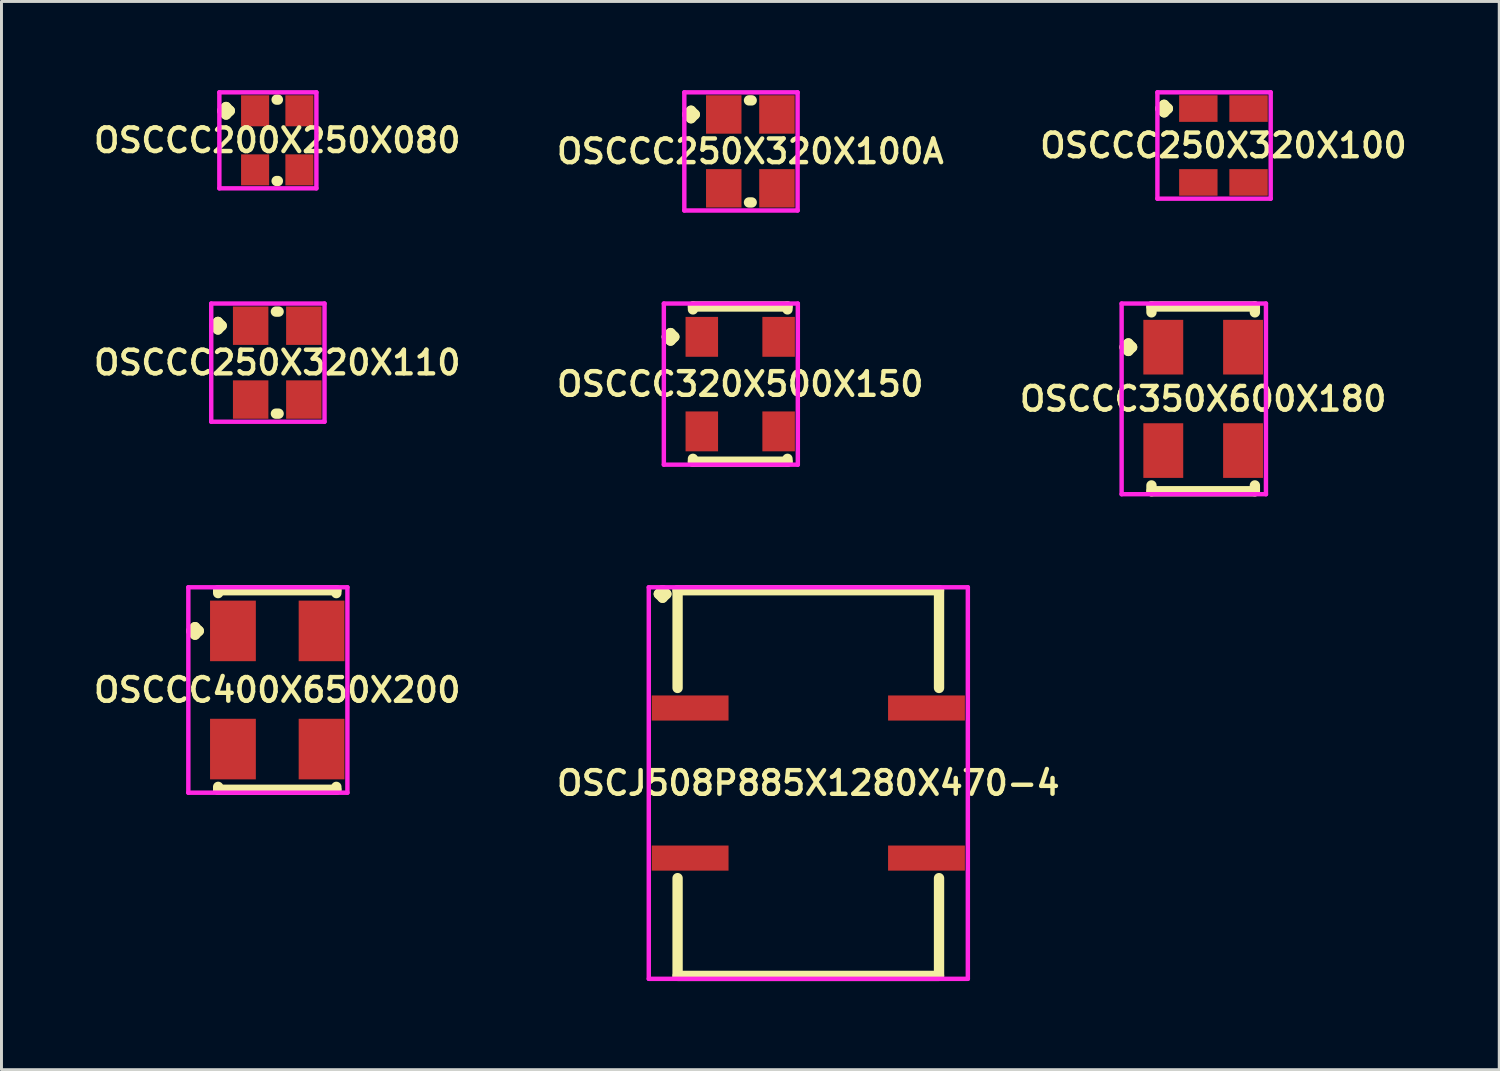
<source format=kicad_pcb>
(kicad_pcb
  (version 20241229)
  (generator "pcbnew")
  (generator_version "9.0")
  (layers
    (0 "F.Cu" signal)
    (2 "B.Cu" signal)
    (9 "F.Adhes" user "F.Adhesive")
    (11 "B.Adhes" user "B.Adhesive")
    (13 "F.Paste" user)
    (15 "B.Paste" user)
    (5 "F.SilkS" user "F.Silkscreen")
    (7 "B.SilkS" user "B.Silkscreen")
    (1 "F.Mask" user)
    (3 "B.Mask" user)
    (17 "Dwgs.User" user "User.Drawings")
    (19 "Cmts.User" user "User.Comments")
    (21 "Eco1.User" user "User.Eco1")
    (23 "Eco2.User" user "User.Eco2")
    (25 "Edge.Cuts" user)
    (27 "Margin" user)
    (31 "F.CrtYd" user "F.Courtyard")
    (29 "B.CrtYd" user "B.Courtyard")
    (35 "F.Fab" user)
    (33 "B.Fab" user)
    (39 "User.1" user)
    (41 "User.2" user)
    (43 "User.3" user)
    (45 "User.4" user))
  (footprint "OSCCC200X250X080"
    (layer "F.Cu")
    (at 6.335 1.7)
    (property "Reference" "OSCCC200X250X080" (at 0 0 0) (layer "F.SilkS") (effects (font (size 0.8 0.8) (thickness 0.15))))
    (attr smd)
    (fp_line (start -1.86 -1) (end -1.733 -1.127) (stroke (width 0.35) (type solid)) (layer "F.SilkS"))
    (fp_line (start -1.733 -1.127) (end -1.606 -1) (stroke (width 0.35) (type solid)) (layer "F.SilkS"))
    (fp_line (start -1.733 -0.873) (end -1.86 -1) (stroke (width 0.35) (type solid)) (layer "F.SilkS"))
    (fp_line (start -1.606 -1) (end -1.733 -0.873) (stroke (width 0.35) (type solid)) (layer "F.SilkS"))
    (fp_line (start -0.021 -1.377) (end 0.021 -1.377) (stroke (width 0.35) (type solid)) (layer "F.SilkS"))
    (fp_line (start -0.021 1.377) (end 0.021 1.377) (stroke (width 0.35) (type solid)) (layer "F.SilkS"))
    (fp_line (start -1.96 -1.625) (end 1.325 -1.625) (stroke (width 0.15) (type solid)) (layer "F.CrtYd"))
    (fp_line (start -1.96 1.625) (end -1.96 -1.625) (stroke (width 0.15) (type solid)) (layer "F.CrtYd"))
    (fp_line (start 1.325 -1.625) (end 1.325 1.625) (stroke (width 0.15) (type solid)) (layer "F.CrtYd"))
    (fp_line (start 1.325 1.625) (end -1.96 1.625) (stroke (width 0.15) (type solid)) (layer "F.CrtYd"))
    (pad "1" smd rect (at -0.75 -1) (size 0.95 1.05) (layers "F.Cu" "F.Mask" "F.Paste"))
    (pad "2" smd rect (at -0.75 1) (size 0.95 1.05) (layers "F.Cu" "F.Mask" "F.Paste"))
    (pad "3" smd rect (at 0.75 1) (size 0.95 1.05) (layers "F.Cu" "F.Mask" "F.Paste"))
    (pad "4" smd rect (at 0.75 -1) (size 0.95 1.05) (layers "F.Cu" "F.Mask" "F.Paste")))
  (footprint "OSCCC400X650X200"
    (layer "F.Cu")
    (at 6.335 20.306)
    (property "Reference" "OSCCC400X650X200" (at 0 0 0) (layer "F.SilkS") (effects (font (size 0.8 0.8) (thickness 0.15))))
    (attr smd)
    (fp_line (start -2.91 -2) (end -2.783 -2.127) (stroke (width 0.35) (type solid)) (layer "F.SilkS"))
    (fp_line (start -2.783 -2.127) (end -2.656 -2) (stroke (width 0.35) (type solid)) (layer "F.SilkS"))
    (fp_line (start -2.783 -1.873) (end -2.91 -2) (stroke (width 0.35) (type solid)) (layer "F.SilkS"))
    (fp_line (start -2.656 -2) (end -2.783 -1.873) (stroke (width 0.35) (type solid)) (layer "F.SilkS"))
    (fp_line (start -2 -3.377) (end 2 -3.377) (stroke (width 0.35) (type solid)) (layer "F.SilkS"))
    (fp_line (start -2 -3.279) (end -2 -3.377) (stroke (width 0.35) (type solid)) (layer "F.SilkS"))
    (fp_line (start -2 3.279) (end -2 3.377) (stroke (width 0.35) (type solid)) (layer "F.SilkS"))
    (fp_line (start -2 3.377) (end 2 3.377) (stroke (width 0.35) (type solid)) (layer "F.SilkS"))
    (fp_line (start 2 -3.377) (end 2 -3.279) (stroke (width 0.35) (type solid)) (layer "F.SilkS"))
    (fp_line (start 2 3.377) (end 2 3.279) (stroke (width 0.35) (type solid)) (layer "F.SilkS"))
    (fp_line (start -3.01 -3.477) (end 2.375 -3.477) (stroke (width 0.15) (type solid)) (layer "F.CrtYd"))
    (fp_line (start -3.01 3.477) (end -3.01 -3.477) (stroke (width 0.15) (type solid)) (layer "F.CrtYd"))
    (fp_line (start 2.375 -3.477) (end 2.375 3.477) (stroke (width 0.15) (type solid)) (layer "F.CrtYd"))
    (fp_line (start 2.375 3.477) (end -3.01 3.477) (stroke (width 0.15) (type solid)) (layer "F.CrtYd"))
    (pad "1" smd rect (at -1.5 -2) (size 1.55 2.05) (layers "F.Cu" "F.Mask" "F.Paste"))
    (pad "2" smd rect (at -1.5 2) (size 1.55 2.05) (layers "F.Cu" "F.Mask" "F.Paste"))
    (pad "3" smd rect (at 1.5 2) (size 1.55 2.05) (layers "F.Cu" "F.Mask" "F.Paste"))
    (pad "4" smd rect (at 1.5 -2) (size 1.55 2.05) (layers "F.Cu" "F.Mask" "F.Paste")))
  (footprint "OSCCC350X600X180"
    (layer "F.Cu")
    (at 37.677 10.452)
    (property "Reference" "OSCCC350X600X180" (at 0 0 0) (layer "F.SilkS") (effects (font (size 0.8 0.8) (thickness 0.15))))
    (attr smd)
    (fp_line (start -2.66 -1.75) (end -2.533 -1.877) (stroke (width 0.35) (type solid)) (layer "F.SilkS"))
    (fp_line (start -2.533 -1.877) (end -2.406 -1.75) (stroke (width 0.35) (type solid)) (layer "F.SilkS"))
    (fp_line (start -2.533 -1.623) (end -2.66 -1.75) (stroke (width 0.35) (type solid)) (layer "F.SilkS"))
    (fp_line (start -2.406 -1.75) (end -2.533 -1.623) (stroke (width 0.35) (type solid)) (layer "F.SilkS"))
    (fp_line (start -1.75 -3.127) (end 1.75 -3.127) (stroke (width 0.35) (type solid)) (layer "F.SilkS"))
    (fp_line (start -1.75 -2.929) (end -1.75 -3.127) (stroke (width 0.35) (type solid)) (layer "F.SilkS"))
    (fp_line (start -1.75 2.929) (end -1.75 3.127) (stroke (width 0.35) (type solid)) (layer "F.SilkS"))
    (fp_line (start -1.75 3.127) (end 1.75 3.127) (stroke (width 0.35) (type solid)) (layer "F.SilkS"))
    (fp_line (start 1.75 -3.127) (end 1.75 -2.929) (stroke (width 0.35) (type solid)) (layer "F.SilkS"))
    (fp_line (start 1.75 3.127) (end 1.75 2.929) (stroke (width 0.35) (type solid)) (layer "F.SilkS"))
    (fp_line (start -2.76 -3.227) (end 2.125 -3.227) (stroke (width 0.15) (type solid)) (layer "F.CrtYd"))
    (fp_line (start -2.76 3.227) (end -2.76 -3.227) (stroke (width 0.15) (type solid)) (layer "F.CrtYd"))
    (fp_line (start 2.125 -3.227) (end 2.125 3.227) (stroke (width 0.15) (type solid)) (layer "F.CrtYd"))
    (fp_line (start 2.125 3.227) (end -2.76 3.227) (stroke (width 0.15) (type solid)) (layer "F.CrtYd"))
    (pad "1" smd rect (at -1.35 -1.75) (size 1.35 1.85) (layers "F.Cu" "F.Mask" "F.Paste"))
    (pad "2" smd rect (at -1.35 1.75) (size 1.35 1.85) (layers "F.Cu" "F.Mask" "F.Paste"))
    (pad "3" smd rect (at 1.35 1.75) (size 1.35 1.85) (layers "F.Cu" "F.Mask" "F.Paste"))
    (pad "4" smd rect (at 1.35 -1.75) (size 1.35 1.85) (layers "F.Cu" "F.Mask" "F.Paste")))
  (footprint "OSCCC250X320X100A"
    (layer "F.Cu")
    (at 22.349 2.075)
    (property "Reference" "OSCCC250X320X100A" (at 0 0 0) (layer "F.SilkS") (effects (font (size 0.8 0.8) (thickness 0.15))))
    (attr smd)
    (fp_line (start -2.135 -1.25) (end -2.008 -1.377) (stroke (width 0.35) (type solid)) (layer "F.SilkS"))
    (fp_line (start -2.008 -1.377) (end -1.881 -1.25) (stroke (width 0.35) (type solid)) (layer "F.SilkS"))
    (fp_line (start -2.008 -1.123) (end -2.135 -1.25) (stroke (width 0.35) (type solid)) (layer "F.SilkS"))
    (fp_line (start -1.881 -1.25) (end -2.008 -1.123) (stroke (width 0.35) (type solid)) (layer "F.SilkS"))
    (fp_line (start -0.046 -1.727) (end 0.046 -1.727) (stroke (width 0.35) (type solid)) (layer "F.SilkS"))
    (fp_line (start -0.046 1.727) (end 0.046 1.727) (stroke (width 0.35) (type solid)) (layer "F.SilkS"))
    (fp_line (start -2.235 -2) (end 1.6 -2) (stroke (width 0.15) (type solid)) (layer "F.CrtYd"))
    (fp_line (start -2.235 2) (end -2.235 -2) (stroke (width 0.15) (type solid)) (layer "F.CrtYd"))
    (fp_line (start 1.6 -2) (end 1.6 2) (stroke (width 0.15) (type solid)) (layer "F.CrtYd"))
    (fp_line (start 1.6 2) (end -2.235 2) (stroke (width 0.15) (type solid)) (layer "F.CrtYd"))
    (pad "1" smd rect (at -0.9 -1.25) (size 1.2 1.3) (layers "F.Cu" "F.Mask" "F.Paste"))
    (pad "2" smd rect (at -0.9 1.25) (size 1.2 1.3) (layers "F.Cu" "F.Mask" "F.Paste"))
    (pad "3" smd rect (at 0.9 1.25) (size 1.2 1.3) (layers "F.Cu" "F.Mask" "F.Paste"))
    (pad "4" smd rect (at 0.9 -1.25) (size 1.2 1.3) (layers "F.Cu" "F.Mask" "F.Paste")))
  (footprint "OSCCC250X320X100"
    (layer "F.Cu")
    (at 38.363 1.875)
    (property "Reference" "OSCCC250X320X100" (at 0 0 0) (layer "F.SilkS") (effects (font (size 0.8 0.8) (thickness 0.15))))
    (attr smd)
    (fp_line (start -2.135 -1.25) (end -2.008 -1.377) (stroke (width 0.35) (type solid)) (layer "F.SilkS"))
    (fp_line (start -2.008 -1.377) (end -1.881 -1.25) (stroke (width 0.35) (type solid)) (layer "F.SilkS"))
    (fp_line (start -2.008 -1.123) (end -2.135 -1.25) (stroke (width 0.35) (type solid)) (layer "F.SilkS"))
    (fp_line (start -1.881 -1.25) (end -2.008 -1.123) (stroke (width 0.35) (type solid)) (layer "F.SilkS"))
    (fp_line (start -2.235 -1.8) (end 1.6 -1.8) (stroke (width 0.15) (type solid)) (layer "F.CrtYd"))
    (fp_line (start -2.235 1.8) (end -2.235 -1.8) (stroke (width 0.15) (type solid)) (layer "F.CrtYd"))
    (fp_line (start 1.6 -1.8) (end 1.6 1.8) (stroke (width 0.15) (type solid)) (layer "F.CrtYd"))
    (fp_line (start 1.6 1.8) (end -2.235 1.8) (stroke (width 0.15) (type solid)) (layer "F.CrtYd"))
    (pad "1" smd rect (at -0.85 -1.25) (size 1.3 0.9) (layers "F.Cu" "F.Mask" "F.Paste"))
    (pad "2" smd rect (at -0.85 1.25) (size 1.3 0.9) (layers "F.Cu" "F.Mask" "F.Paste"))
    (pad "3" smd rect (at 0.85 1.25) (size 1.3 0.9) (layers "F.Cu" "F.Mask" "F.Paste"))
    (pad "4" smd rect (at 0.85 -1.25) (size 1.3 0.9) (layers "F.Cu" "F.Mask" "F.Paste")))
  (footprint "OSCCC250X320X110"
    (layer "F.Cu")
    (at 6.335 9.225)
    (property "Reference" "OSCCC250X320X110" (at 0 0 0) (layer "F.SilkS") (effects (font (size 0.8 0.8) (thickness 0.15))))
    (attr smd)
    (fp_line (start -2.135 -1.25) (end -2.008 -1.377) (stroke (width 0.35) (type solid)) (layer "F.SilkS"))
    (fp_line (start -2.008 -1.377) (end -1.881 -1.25) (stroke (width 0.35) (type solid)) (layer "F.SilkS"))
    (fp_line (start -2.008 -1.123) (end -2.135 -1.25) (stroke (width 0.35) (type solid)) (layer "F.SilkS"))
    (fp_line (start -1.881 -1.25) (end -2.008 -1.123) (stroke (width 0.35) (type solid)) (layer "F.SilkS"))
    (fp_line (start -0.046 -1.727) (end 0.046 -1.727) (stroke (width 0.35) (type solid)) (layer "F.SilkS"))
    (fp_line (start -0.046 1.727) (end 0.046 1.727) (stroke (width 0.35) (type solid)) (layer "F.SilkS"))
    (fp_line (start -2.235 -2) (end 1.6 -2) (stroke (width 0.15) (type solid)) (layer "F.CrtYd"))
    (fp_line (start -2.235 2) (end -2.235 -2) (stroke (width 0.15) (type solid)) (layer "F.CrtYd"))
    (fp_line (start 1.6 -2) (end 1.6 2) (stroke (width 0.15) (type solid)) (layer "F.CrtYd"))
    (fp_line (start 1.6 2) (end -2.235 2) (stroke (width 0.15) (type solid)) (layer "F.CrtYd"))
    (pad "1" smd rect (at -0.9 -1.25) (size 1.2 1.3) (layers "F.Cu" "F.Mask" "F.Paste"))
    (pad "2" smd rect (at -0.9 1.25) (size 1.2 1.3) (layers "F.Cu" "F.Mask" "F.Paste"))
    (pad "3" smd rect (at 0.9 1.25) (size 1.2 1.3) (layers "F.Cu" "F.Mask" "F.Paste"))
    (pad "4" smd rect (at 0.9 -1.25) (size 1.2 1.3) (layers "F.Cu" "F.Mask" "F.Paste")))
  (footprint "OSCJ508P885X1280X470-4"
    (layer "F.Cu")
    (at 24.311 23.456)
    (property "Reference" "OSCJ508P885X1280X470-4" (at 0 0 0) (layer "F.SilkS") (effects (font (size 0.8 0.8) (thickness 0.15))))
    (attr smd)
    (fp_line (start -5.06 -6.4) (end -4.933 -6.527) (stroke (width 0.35) (type solid)) (layer "F.SilkS"))
    (fp_line (start -4.933 -6.527) (end -4.806 -6.4) (stroke (width 0.35) (type solid)) (layer "F.SilkS"))
    (fp_line (start -4.933 -6.273) (end -5.06 -6.4) (stroke (width 0.35) (type solid)) (layer "F.SilkS"))
    (fp_line (start -4.806 -6.4) (end -4.933 -6.273) (stroke (width 0.35) (type solid)) (layer "F.SilkS"))
    (fp_line (start -4.425 -6.527) (end 4.425 -6.527) (stroke (width 0.35) (type solid)) (layer "F.SilkS"))
    (fp_line (start -4.425 -3.219) (end -4.425 -6.527) (stroke (width 0.35) (type solid)) (layer "F.SilkS"))
    (fp_line (start -4.425 3.219) (end -4.425 6.527) (stroke (width 0.35) (type solid)) (layer "F.SilkS"))
    (fp_line (start -4.425 6.527) (end 4.425 6.527) (stroke (width 0.35) (type solid)) (layer "F.SilkS"))
    (fp_line (start 4.425 -6.527) (end 4.425 -3.219) (stroke (width 0.35) (type solid)) (layer "F.SilkS"))
    (fp_line (start 4.425 6.527) (end 4.425 3.219) (stroke (width 0.35) (type solid)) (layer "F.SilkS"))
    (fp_line (start -5.4 -6.627) (end 5.4 -6.627) (stroke (width 0.15) (type solid)) (layer "F.CrtYd"))
    (fp_line (start -5.4 6.627) (end -5.4 -6.627) (stroke (width 0.15) (type solid)) (layer "F.CrtYd"))
    (fp_line (start 5.4 -6.627) (end 5.4 6.627) (stroke (width 0.15) (type solid)) (layer "F.CrtYd"))
    (fp_line (start 5.4 6.627) (end -5.4 6.627) (stroke (width 0.15) (type solid)) (layer "F.CrtYd"))
    (pad "1" smd rect (at -4 -2.54) (size 2.6 0.85) (layers "F.Cu" "F.Mask" "F.Paste"))
    (pad "2" smd rect (at -4 2.54) (size 2.6 0.85) (layers "F.Cu" "F.Mask" "F.Paste"))
    (pad "3" smd rect (at 4 2.54) (size 2.6 0.85) (layers "F.Cu" "F.Mask" "F.Paste"))
    (pad "4" smd rect (at 4 -2.54) (size 2.6 0.85) (layers "F.Cu" "F.Mask" "F.Paste")))
  (footprint "OSCCC320X500X150"
    (layer "F.Cu")
    (at 22.006 9.952)
    (property "Reference" "OSCCC320X500X150" (at 0 0 0) (layer "F.SilkS") (effects (font (size 0.8 0.8) (thickness 0.15))))
    (attr smd)
    (fp_line (start -2.485 -1.6) (end -2.358 -1.727) (stroke (width 0.35) (type solid)) (layer "F.SilkS"))
    (fp_line (start -2.358 -1.727) (end -2.231 -1.6) (stroke (width 0.35) (type solid)) (layer "F.SilkS"))
    (fp_line (start -2.358 -1.473) (end -2.485 -1.6) (stroke (width 0.35) (type solid)) (layer "F.SilkS"))
    (fp_line (start -2.231 -1.6) (end -2.358 -1.473) (stroke (width 0.35) (type solid)) (layer "F.SilkS"))
    (fp_line (start -1.6 -2.627) (end 1.6 -2.627) (stroke (width 0.35) (type solid)) (layer "F.SilkS"))
    (fp_line (start -1.6 -2.529) (end -1.6 -2.627) (stroke (width 0.35) (type solid)) (layer "F.SilkS"))
    (fp_line (start -1.6 2.529) (end -1.6 2.627) (stroke (width 0.35) (type solid)) (layer "F.SilkS"))
    (fp_line (start -1.6 2.627) (end 1.6 2.627) (stroke (width 0.35) (type solid)) (layer "F.SilkS"))
    (fp_line (start 1.6 -2.627) (end 1.6 -2.529) (stroke (width 0.35) (type solid)) (layer "F.SilkS"))
    (fp_line (start 1.6 2.627) (end 1.6 2.529) (stroke (width 0.35) (type solid)) (layer "F.SilkS"))
    (fp_line (start -2.585 -2.727) (end 1.95 -2.727) (stroke (width 0.15) (type solid)) (layer "F.CrtYd"))
    (fp_line (start -2.585 2.727) (end -2.585 -2.727) (stroke (width 0.15) (type solid)) (layer "F.CrtYd"))
    (fp_line (start 1.95 -2.727) (end 1.95 2.727) (stroke (width 0.15) (type solid)) (layer "F.CrtYd"))
    (fp_line (start 1.95 2.727) (end -2.585 2.727) (stroke (width 0.15) (type solid)) (layer "F.CrtYd"))
    (pad "1" smd rect (at -1.3 -1.6) (size 1.1 1.35) (layers "F.Cu" "F.Mask" "F.Paste"))
    (pad "2" smd rect (at -1.3 1.6) (size 1.1 1.35) (layers "F.Cu" "F.Mask" "F.Paste"))
    (pad "3" smd rect (at 1.3 1.6) (size 1.1 1.35) (layers "F.Cu" "F.Mask" "F.Paste"))
    (pad "4" smd rect (at 1.3 -1.6) (size 1.1 1.35) (layers "F.Cu" "F.Mask" "F.Paste")))
  (gr_rect
    (start -3 -3)
    (end 47.699 33.158)
    (stroke (width 0.1) (type default))
    (fill no)
    (layer "Edge.Cuts")))
</source>
